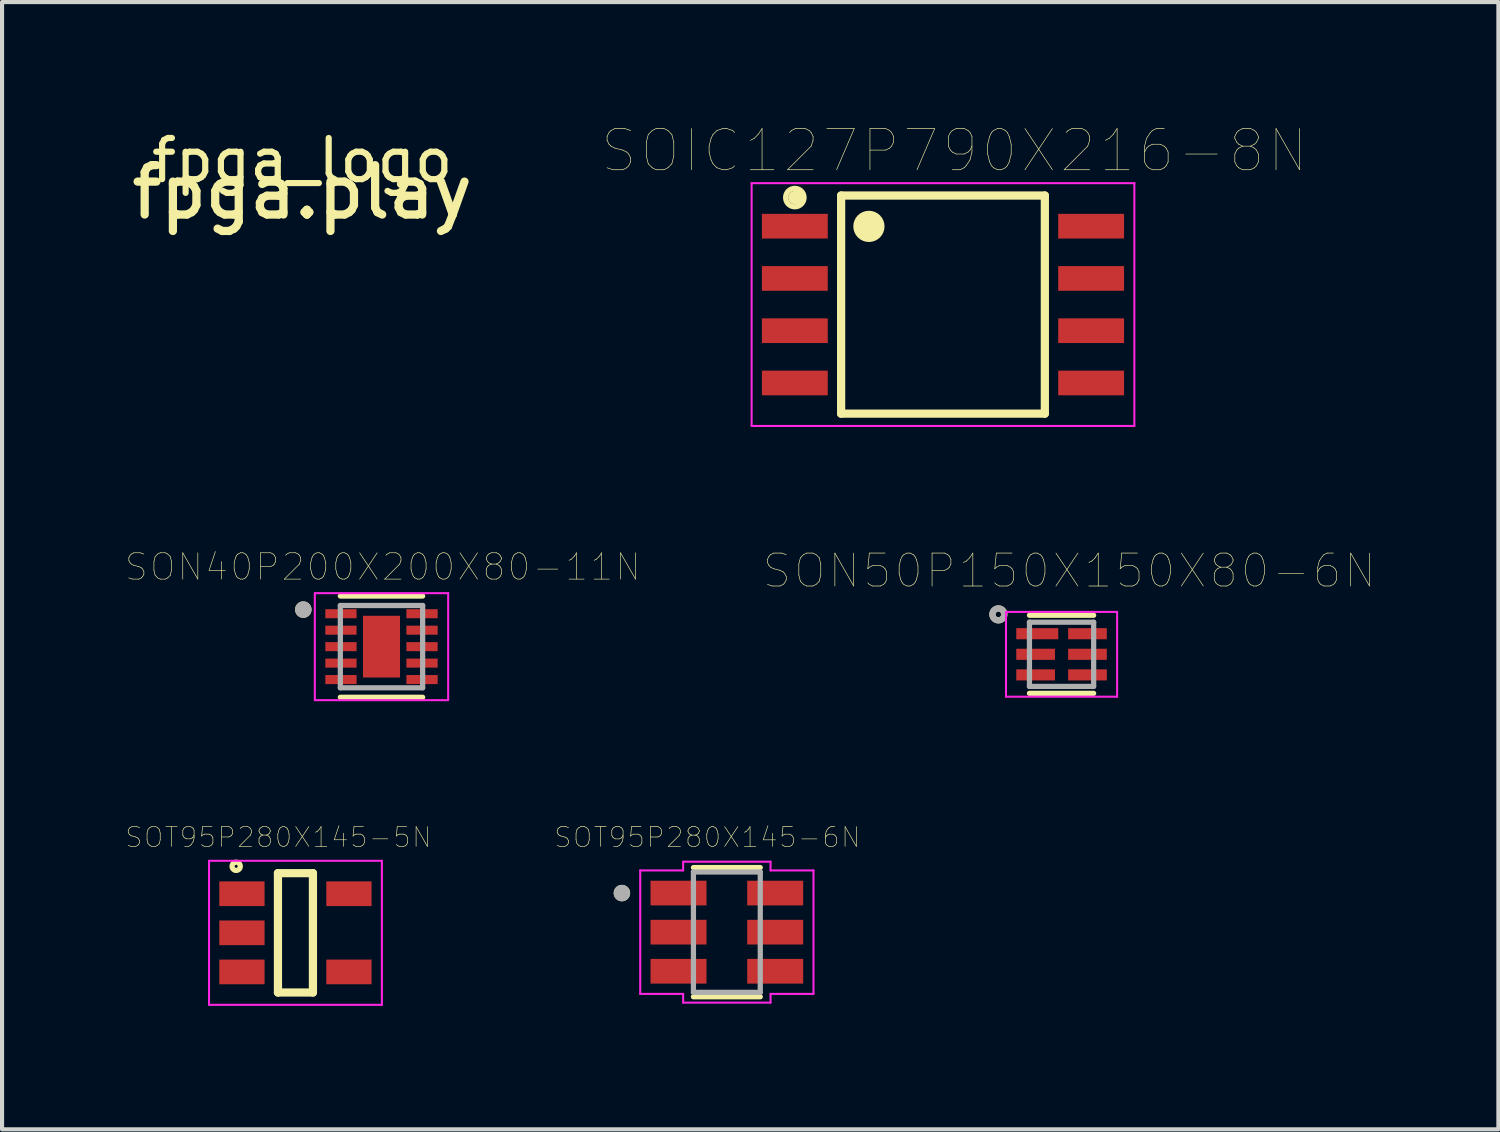
<source format=kicad_pcb>
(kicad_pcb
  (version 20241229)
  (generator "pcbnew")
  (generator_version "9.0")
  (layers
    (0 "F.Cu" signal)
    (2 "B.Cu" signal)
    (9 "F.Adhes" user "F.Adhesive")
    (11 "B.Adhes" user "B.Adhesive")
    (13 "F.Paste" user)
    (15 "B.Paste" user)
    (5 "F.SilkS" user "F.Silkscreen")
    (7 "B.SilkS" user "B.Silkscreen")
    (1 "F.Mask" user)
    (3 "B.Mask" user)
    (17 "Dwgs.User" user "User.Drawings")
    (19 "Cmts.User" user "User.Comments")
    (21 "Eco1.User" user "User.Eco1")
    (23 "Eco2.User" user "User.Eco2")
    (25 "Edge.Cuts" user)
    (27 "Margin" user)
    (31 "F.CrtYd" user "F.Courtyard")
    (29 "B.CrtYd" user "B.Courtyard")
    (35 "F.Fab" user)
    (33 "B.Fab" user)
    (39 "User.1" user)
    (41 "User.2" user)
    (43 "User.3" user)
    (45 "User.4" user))
  (footprint "fpga_logo"
    (layer "F.Cu")
    (at 4.294 0.348)
    (property "Reference" "fpga_logo" (at 0 0.5 0) (layer "F.SilkS") (effects (font (size 1 1) (thickness 0.15))))
    (attr through_hole)
    (fp_text user "fpga.play" (at 0 1.27 0) (layer "F.SilkS") (effects (font (size 1.2 1.2) (thickness 0.2)))))
  (footprint "SOT95P280X145-5N"
    (layer "F.Cu")
    (at 4.129 19.617)
    (property "Reference" "SOT95P280X145-5N" (at -0.417 -2.322 0) (layer "F.SilkS") (effects (font (size 0.48 0.48) (thickness 0.015))))
    (attr through_hole)
    (fp_line (start -0.425 -1.45) (end 0.425 -1.45) (stroke (width 0.2) (type solid)) (layer "F.SilkS"))
    (fp_line (start -0.425 1.45) (end -0.425 -1.45) (stroke (width 0.2) (type solid)) (layer "F.SilkS"))
    (fp_line (start 0.425 -1.45) (end 0.425 1.45) (stroke (width 0.2) (type solid)) (layer "F.SilkS"))
    (fp_line (start 0.425 1.45) (end -0.425 1.45) (stroke (width 0.2) (type solid)) (layer "F.SilkS"))
    (fp_circle (center -1.44 -1.616) (end -1.34 -1.616) (stroke (width 0.127) (type solid)) (fill no) (layer "F.SilkS"))
    (fp_line (start -2.1 -1.75) (end 2.1 -1.75) (stroke (width 0.05) (type solid)) (layer "F.CrtYd"))
    (fp_line (start -2.1 1.75) (end -2.1 -1.75) (stroke (width 0.05) (type solid)) (layer "F.CrtYd"))
    (fp_line (start 2.1 -1.75) (end 2.1 1.75) (stroke (width 0.05) (type solid)) (layer "F.CrtYd"))
    (fp_line (start 2.1 1.75) (end -2.1 1.75) (stroke (width 0.05) (type solid)) (layer "F.CrtYd"))
    (pad "1" smd rect (at -1.3 -0.95) (size 1.1 0.6) (layers "F.Cu" "F.Mask" "F.Paste"))
    (pad "2" smd rect (at -1.3 0) (size 1.1 0.6) (layers "F.Cu" "F.Mask" "F.Paste"))
    (pad "3" smd rect (at -1.3 0.95) (size 1.1 0.6) (layers "F.Cu" "F.Mask" "F.Paste"))
    (pad "4" smd rect (at 1.3 0.95) (size 1.1 0.6) (layers "F.Cu" "F.Mask" "F.Paste"))
    (pad "5" smd rect (at 1.3 -0.95) (size 1.1 0.6) (layers "F.Cu" "F.Mask" "F.Paste")))
  (footprint "SON40P200X200X80-11N"
    (layer "F.Cu")
    (at 6.22 12.663)
    (property "Reference" "SON40P200X200X80-11N" (at 0.032 -1.936 0) (layer "F.SilkS") (effects (font (size 0.64 0.64) (thickness 0.015))))
    (attr through_hole)
    (fp_line (start -1 -1.23) (end 1 -1.23) (stroke (width 0.127) (type solid)) (layer "F.SilkS"))
    (fp_line (start -1 1.23) (end 1 1.23) (stroke (width 0.127) (type solid)) (layer "F.SilkS"))
    (fp_circle (center -1.9 -0.9) (end -1.8 -0.9) (stroke (width 0.2) (type solid)) (fill no) (layer "F.SilkS"))
    (fp_poly (pts (xy -0.285 -0.475) (xy 0.285 -0.475) (xy 0.285 0.475) (xy -0.285 0.475)) (stroke (width 0.01) (type solid)) (fill yes) (layer "F.Paste"))
    (fp_line (start -1.62 -1.3) (end 1.62 -1.3) (stroke (width 0.05) (type solid)) (layer "F.CrtYd"))
    (fp_line (start -1.62 1.3) (end -1.62 -1.3) (stroke (width 0.05) (type solid)) (layer "F.CrtYd"))
    (fp_line (start 1.62 -1.3) (end 1.62 1.3) (stroke (width 0.05) (type solid)) (layer "F.CrtYd"))
    (fp_line (start 1.62 1.3) (end -1.62 1.3) (stroke (width 0.05) (type solid)) (layer "F.CrtYd"))
    (fp_line (start -1 -1) (end 1 -1) (stroke (width 0.127) (type solid)) (layer "F.Fab"))
    (fp_line (start -1 1) (end -1 -1) (stroke (width 0.127) (type solid)) (layer "F.Fab"))
    (fp_line (start 1 -1) (end 1 1) (stroke (width 0.127) (type solid)) (layer "F.Fab"))
    (fp_line (start 1 1) (end -1 1) (stroke (width 0.127) (type solid)) (layer "F.Fab"))
    (fp_circle (center -1.9 -0.9) (end -1.8 -0.9) (stroke (width 0.2) (type solid)) (fill no) (layer "F.Fab"))
    (pad "1" smd rect (at -0.985 -0.8) (size 0.76 0.22) (layers "F.Cu" "F.Mask" "F.Paste"))
    (pad "2" smd rect (at -0.985 -0.4) (size 0.76 0.22) (layers "F.Cu" "F.Mask" "F.Paste"))
    (pad "3" smd rect (at -0.985 0) (size 0.76 0.22) (layers "F.Cu" "F.Mask" "F.Paste"))
    (pad "4" smd rect (at -0.985 0.4) (size 0.76 0.22) (layers "F.Cu" "F.Mask" "F.Paste"))
    (pad "5" smd rect (at -0.985 0.8) (size 0.76 0.22) (layers "F.Cu" "F.Mask" "F.Paste"))
    (pad "6" smd rect (at 0.985 0.8) (size 0.76 0.22) (layers "F.Cu" "F.Mask" "F.Paste"))
    (pad "7" smd rect (at 0.985 0.4) (size 0.76 0.22) (layers "F.Cu" "F.Mask" "F.Paste"))
    (pad "8" smd rect (at 0.985 0) (size 0.76 0.22) (layers "F.Cu" "F.Mask" "F.Paste"))
    (pad "9" smd rect (at 0.985 -0.4) (size 0.76 0.22) (layers "F.Cu" "F.Mask" "F.Paste"))
    (pad "10" smd rect (at 0.985 -0.8) (size 0.76 0.22) (layers "F.Cu" "F.Mask" "F.Paste"))
    (pad "11" smd rect (at 0 0) (size 0.9 1.5) (layers "F.Cu" "F.Mask")))
  (footprint "SOT95P280X145-6N"
    (layer "F.Cu")
    (at 14.612 19.601)
    (property "Reference" "SOT95P280X145-6N" (at -0.476 -2.305 0) (layer "F.SilkS") (effects (font (size 0.48 0.48) (thickness 0.015))))
    (attr through_hole)
    (fp_line (start 0.812 -1.57) (end -0.812 -1.57) (stroke (width 0.127) (type solid)) (layer "F.SilkS"))
    (fp_line (start 0.812 1.57) (end -0.812 1.57) (stroke (width 0.127) (type solid)) (layer "F.SilkS"))
    (fp_circle (center -2.55 -0.95) (end -2.45 -0.95) (stroke (width 0.2) (type solid)) (fill no) (layer "F.SilkS"))
    (fp_line (start -2.105 -1.5) (end -2.105 1.5) (stroke (width 0.05) (type solid)) (layer "F.CrtYd"))
    (fp_line (start -2.105 1.5) (end -1.062 1.5) (stroke (width 0.05) (type solid)) (layer "F.CrtYd"))
    (fp_line (start -1.062 -1.712) (end -1.062 -1.5) (stroke (width 0.05) (type solid)) (layer "F.CrtYd"))
    (fp_line (start -1.062 -1.5) (end -2.105 -1.5) (stroke (width 0.05) (type solid)) (layer "F.CrtYd"))
    (fp_line (start -1.062 1.5) (end -1.062 1.712) (stroke (width 0.05) (type solid)) (layer "F.CrtYd"))
    (fp_line (start -1.062 1.712) (end 1.062 1.712) (stroke (width 0.05) (type solid)) (layer "F.CrtYd"))
    (fp_line (start 1.062 -1.712) (end -1.062 -1.712) (stroke (width 0.05) (type solid)) (layer "F.CrtYd"))
    (fp_line (start 1.062 -1.5) (end 1.062 -1.712) (stroke (width 0.05) (type solid)) (layer "F.CrtYd"))
    (fp_line (start 1.062 1.5) (end 2.105 1.5) (stroke (width 0.05) (type solid)) (layer "F.CrtYd"))
    (fp_line (start 1.062 1.712) (end 1.062 1.5) (stroke (width 0.05) (type solid)) (layer "F.CrtYd"))
    (fp_line (start 2.105 -1.5) (end 1.062 -1.5) (stroke (width 0.05) (type solid)) (layer "F.CrtYd"))
    (fp_line (start 2.105 1.5) (end 2.105 -1.5) (stroke (width 0.05) (type solid)) (layer "F.CrtYd"))
    (fp_line (start -0.812 -1.462) (end 0.812 -1.462) (stroke (width 0.127) (type solid)) (layer "F.Fab"))
    (fp_line (start -0.812 1.462) (end -0.812 -1.462) (stroke (width 0.127) (type solid)) (layer "F.Fab"))
    (fp_line (start 0.812 -1.462) (end 0.812 1.462) (stroke (width 0.127) (type solid)) (layer "F.Fab"))
    (fp_line (start 0.812 1.462) (end -0.812 1.462) (stroke (width 0.127) (type solid)) (layer "F.Fab"))
    (fp_circle (center -2.55 -0.95) (end -2.45 -0.95) (stroke (width 0.2) (type solid)) (fill no) (layer "F.Fab"))
    (pad "1" smd rect (at -1.175 -0.95) (size 1.36 0.6) (layers "F.Cu" "F.Mask" "F.Paste"))
    (pad "2" smd rect (at -1.175 0) (size 1.36 0.6) (layers "F.Cu" "F.Mask" "F.Paste"))
    (pad "3" smd rect (at -1.175 0.95) (size 1.36 0.6) (layers "F.Cu" "F.Mask" "F.Paste"))
    (pad "4" smd rect (at 1.175 0.95) (size 1.36 0.6) (layers "F.Cu" "F.Mask" "F.Paste"))
    (pad "5" smd rect (at 1.175 0) (size 1.36 0.6) (layers "F.Cu" "F.Mask" "F.Paste"))
    (pad "6" smd rect (at 1.175 -0.95) (size 1.36 0.6) (layers "F.Cu" "F.Mask" "F.Paste")))
  (footprint "SOIC127P790X216-8N"
    (layer "F.Cu")
    (at 19.864 4.351)
    (property "Reference" "SOIC127P790X216-8N" (at 0.275 -3.739 0) (layer "F.SilkS") (effects (font (size 1.001 1.001) (thickness 0.015))))
    (attr through_hole)
    (fp_line (start -2.475 -2.65) (end 2.475 -2.65) (stroke (width 0.2) (type solid)) (layer "F.SilkS"))
    (fp_line (start -2.475 2.65) (end -2.475 -2.65) (stroke (width 0.2) (type solid)) (layer "F.SilkS"))
    (fp_line (start 2.475 -2.65) (end 2.475 2.65) (stroke (width 0.2) (type solid)) (layer "F.SilkS"))
    (fp_line (start 2.475 2.65) (end -2.475 2.65) (stroke (width 0.2) (type solid)) (layer "F.SilkS"))
    (fp_circle (center -3.6 -2.6) (end -3.5 -2.6) (stroke (width 0.127) (type solid)) (fill no) (layer "F.SilkS"))
    (fp_circle (center -3.6 -2.6) (end -3.376 -2.6) (stroke (width 0.127) (type solid)) (fill no) (layer "F.SilkS"))
    (fp_circle (center -3.5 -2.6) (end -3.4 -2.6) (stroke (width 0.127) (type solid)) (fill no) (layer "F.SilkS"))
    (fp_circle (center -1.8 -1.9) (end -1.7 -1.9) (stroke (width 0.127) (type solid)) (fill no) (layer "F.SilkS"))
    (fp_circle (center -1.8 -1.9) (end -1.659 -1.9) (stroke (width 0.127) (type solid)) (fill no) (layer "F.SilkS"))
    (fp_circle (center -1.8 -1.9) (end -1.576 -1.9) (stroke (width 0.127) (type solid)) (fill no) (layer "F.SilkS"))
    (fp_circle (center -1.8 -1.9) (end -1.484 -1.9) (stroke (width 0.127) (type solid)) (fill no) (layer "F.SilkS"))
    (fp_circle (center -1.8 -1.8) (end -1.7 -1.8) (stroke (width 0.127) (type solid)) (fill no) (layer "F.SilkS"))
    (fp_line (start -4.65 -2.95) (end 4.65 -2.95) (stroke (width 0.05) (type solid)) (layer "F.CrtYd"))
    (fp_line (start -4.65 2.95) (end -4.65 -2.95) (stroke (width 0.05) (type solid)) (layer "F.CrtYd"))
    (fp_line (start 4.65 -2.95) (end 4.65 2.95) (stroke (width 0.05) (type solid)) (layer "F.CrtYd"))
    (fp_line (start 4.65 2.95) (end -4.65 2.95) (stroke (width 0.05) (type solid)) (layer "F.CrtYd"))
    (pad "1" smd rect (at -3.6 -1.905) (size 1.6 0.6) (layers "F.Cu" "F.Mask" "F.Paste"))
    (pad "2" smd rect (at -3.6 -0.635) (size 1.6 0.6) (layers "F.Cu" "F.Mask" "F.Paste"))
    (pad "3" smd rect (at -3.6 0.635) (size 1.6 0.6) (layers "F.Cu" "F.Mask" "F.Paste"))
    (pad "4" smd rect (at -3.6 1.905) (size 1.6 0.6) (layers "F.Cu" "F.Mask" "F.Paste"))
    (pad "5" smd rect (at 3.6 1.905) (size 1.6 0.6) (layers "F.Cu" "F.Mask" "F.Paste"))
    (pad "6" smd rect (at 3.6 0.635) (size 1.6 0.6) (layers "F.Cu" "F.Mask" "F.Paste"))
    (pad "7" smd rect (at 3.6 -0.635) (size 1.6 0.6) (layers "F.Cu" "F.Mask" "F.Paste"))
    (pad "8" smd rect (at 3.6 -1.905) (size 1.6 0.6) (layers "F.Cu" "F.Mask" "F.Paste")))
  (footprint "SON50P150X150X80-6N"
    (layer "F.Cu")
    (at 22.745 12.849)
    (property "Reference" "SON50P150X150X80-6N" (at 0.187 -2.029 0) (layer "F.SilkS") (effects (font (size 0.8 0.8) (thickness 0.015))))
    (attr through_hole)
    (fp_line (start -0.78 -0.949) (end 0.78 -0.949) (stroke (width 0.127) (type solid)) (layer "F.SilkS"))
    (fp_line (start -0.78 0.949) (end 0.78 0.949) (stroke (width 0.127) (type solid)) (layer "F.SilkS"))
    (fp_circle (center -1.535 -0.97) (end -1.465 -0.97) (stroke (width 0.15) (type solid)) (fill no) (layer "F.SilkS"))
    (fp_line (start -1.35 -1.03) (end 1.35 -1.03) (stroke (width 0.05) (type solid)) (layer "F.CrtYd"))
    (fp_line (start -1.35 1.03) (end -1.35 -1.03) (stroke (width 0.05) (type solid)) (layer "F.CrtYd"))
    (fp_line (start 1.35 -1.03) (end 1.35 1.03) (stroke (width 0.05) (type solid)) (layer "F.CrtYd"))
    (fp_line (start 1.35 1.03) (end -1.35 1.03) (stroke (width 0.05) (type solid)) (layer "F.CrtYd"))
    (fp_line (start -0.78 -0.78) (end 0.78 -0.78) (stroke (width 0.127) (type solid)) (layer "F.Fab"))
    (fp_line (start -0.78 0.78) (end -0.78 -0.78) (stroke (width 0.127) (type solid)) (layer "F.Fab"))
    (fp_line (start 0.78 -0.78) (end 0.78 0.78) (stroke (width 0.127) (type solid)) (layer "F.Fab"))
    (fp_line (start 0.78 0.78) (end -0.78 0.78) (stroke (width 0.127) (type solid)) (layer "F.Fab"))
    (fp_circle (center -1.535 -0.97) (end -1.465 -0.97) (stroke (width 0.15) (type solid)) (fill no) (layer "F.Fab"))
    (pad "1" smd rect (at -0.59 -0.5) (size 1.02 0.27) (layers "F.Cu" "F.Mask" "F.Paste"))
    (pad "2" smd rect (at -0.63 0) (size 0.94 0.27) (layers "F.Cu" "F.Mask" "F.Paste"))
    (pad "3" smd rect (at -0.63 0.5) (size 0.94 0.27) (layers "F.Cu" "F.Mask" "F.Paste"))
    (pad "4" smd rect (at 0.63 0.5) (size 0.94 0.27) (layers "F.Cu" "F.Mask" "F.Paste"))
    (pad "5" smd rect (at 0.63 0) (size 0.94 0.27) (layers "F.Cu" "F.Mask" "F.Paste"))
    (pad "6" smd rect (at 0.63 -0.5) (size 0.94 0.27) (layers "F.Cu" "F.Mask" "F.Paste")))
  (gr_rect
    (start -3 -3)
    (end 33.36 24.392)
    (stroke (width 0.1) (type default))
    (fill no)
    (layer "Edge.Cuts")))
</source>
